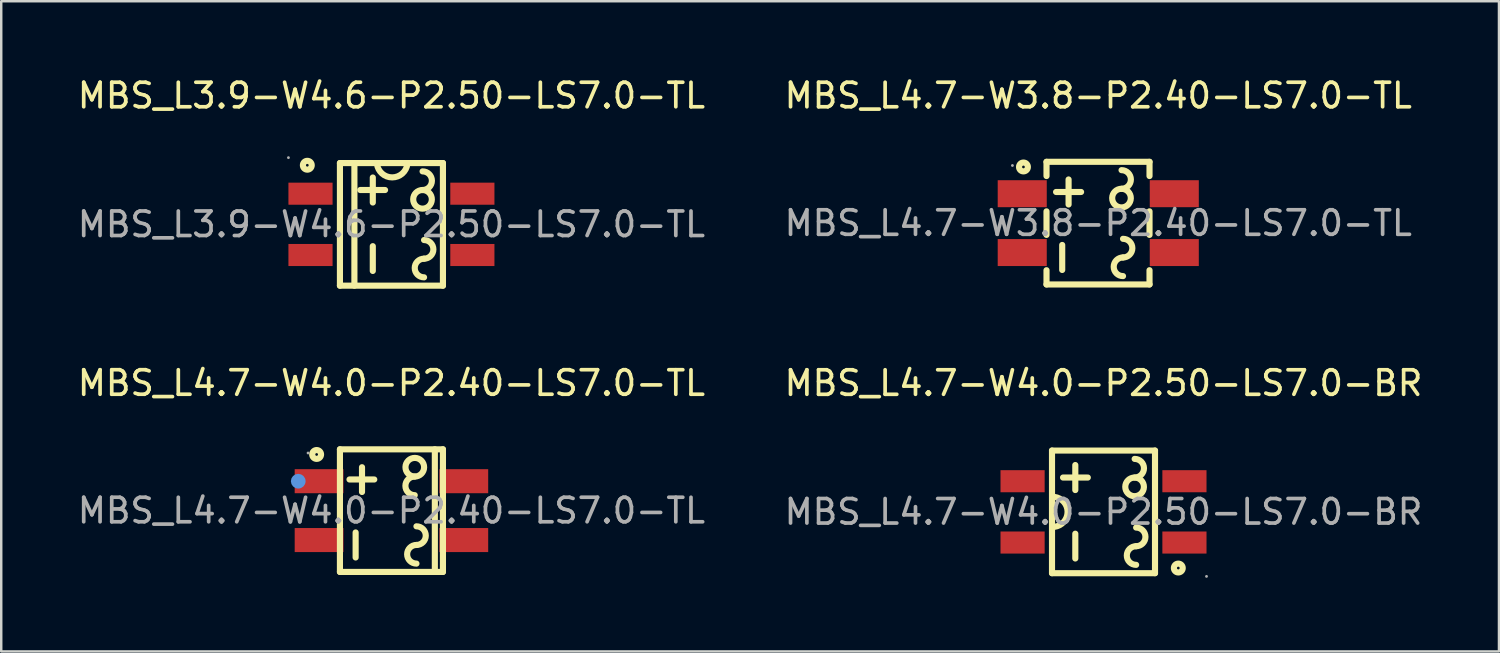
<source format=kicad_pcb>
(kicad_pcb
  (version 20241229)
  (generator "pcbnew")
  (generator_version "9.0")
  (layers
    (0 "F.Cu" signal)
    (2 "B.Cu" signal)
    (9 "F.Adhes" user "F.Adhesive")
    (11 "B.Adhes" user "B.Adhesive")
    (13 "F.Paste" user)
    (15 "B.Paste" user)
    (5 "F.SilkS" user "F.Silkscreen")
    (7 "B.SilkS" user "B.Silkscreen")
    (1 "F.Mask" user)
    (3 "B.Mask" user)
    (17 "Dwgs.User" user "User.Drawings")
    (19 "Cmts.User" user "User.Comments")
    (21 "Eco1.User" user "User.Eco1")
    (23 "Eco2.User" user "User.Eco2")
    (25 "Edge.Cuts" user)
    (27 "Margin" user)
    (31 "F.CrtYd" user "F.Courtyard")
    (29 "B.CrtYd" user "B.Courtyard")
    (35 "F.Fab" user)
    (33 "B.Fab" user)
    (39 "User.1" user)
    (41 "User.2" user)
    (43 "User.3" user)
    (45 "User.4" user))
  (footprint "MBS_L4.7-W4.0-P2.50-LS7.0-BR"
    (layer "F.Cu")
    (at 41.946 17.822)
    (property "Reference" "MBS_L4.7-W4.0-P2.50-LS7.0-BR" (at 0 -5.25 0) (layer "F.SilkS") (effects (font (size 1 1) (thickness 0.15))))
    (attr through_hole)
    (fp_line (start -2.1 -2.5) (end 2.1 -2.5) (stroke (width 0.25) (type solid)) (layer "F.SilkS"))
    (fp_line (start -2.1 2.5) (end -2.1 -2.5) (stroke (width 0.25) (type solid)) (layer "F.SilkS"))
    (fp_line (start -2.1 2.5) (end 2.1 2.5) (stroke (width 0.25) (type solid)) (layer "F.SilkS"))
    (fp_line (start -1.65 -1.4) (end -0.64 -1.4) (stroke (width 0.25) (type solid)) (layer "F.SilkS"))
    (fp_line (start -1.15 -0.89) (end -1.15 -1.91) (stroke (width 0.25) (type solid)) (layer "F.SilkS"))
    (fp_line (start -1.15 1.9) (end -1.15 0.89) (stroke (width 0.25) (type solid)) (layer "F.SilkS"))
    (fp_line (start 2.1 -2.5) (end 2.1 2.5) (stroke (width 0.25) (type solid)) (layer "F.SilkS"))
    (fp_arc (start -2.004081 -0.610521) (mid -1.46478 -0.002057) (end -2 0.61) (stroke (width 0.25) (type solid)) (layer "F.SilkS"))
    (fp_arc (start 1.27 -2.16) (mid 1.65 -1.78) (end 1.27 -1.4) (stroke (width 0.25) (type solid)) (layer "F.SilkS"))
    (fp_arc (start 1.276632 -1.399942) (mid 1.266684 -0.640015) (end 1.27 -1.4) (stroke (width 0.25) (type solid)) (layer "F.SilkS"))
    (fp_arc (start 1.33 0.64) (mid 1.71 1.02) (end 1.33 1.4) (stroke (width 0.25) (type solid)) (layer "F.SilkS"))
    (fp_arc (start 1.33 2.16) (mid 0.95 1.78) (end 1.33 1.4) (stroke (width 0.25) (type solid)) (layer "F.SilkS"))
    (fp_circle (center 3.05 2.29) (end 3.23 2.29) (stroke (width 0.25) (type solid)) (fill no) (layer "F.SilkS"))
    (fp_circle (center 4.2 2.63) (end 4.23 2.63) (stroke (width 0.06) (type solid)) (fill no) (layer "F.Fab"))
    (fp_text user "${REFERENCE}" (at 0 0 0) (layer "F.Fab") (effects (font (size 1 1) (thickness 0.15))))
    (pad "1" smd rect (at 3.3 1.25 90) (size 0.9 1.8) (layers "F.Cu" "F.Mask" "F.Paste"))
    (pad "2" smd rect (at 3.3 -1.25 90) (size 0.9 1.8) (layers "F.Cu" "F.Mask" "F.Paste"))
    (pad "3" smd rect (at -3.3 -1.25 90) (size 0.9 1.8) (layers "F.Cu" "F.Mask" "F.Paste"))
    (pad "4" smd rect (at -3.3 1.25 90) (size 0.9 1.8) (layers "F.Cu" "F.Mask" "F.Paste")))
  (footprint "MBS_L4.7-W4.0-P2.40-LS7.0-TL"
    (layer "F.Cu")
    (at 12.911 17.771)
    (property "Reference" "MBS_L4.7-W4.0-P2.40-LS7.0-TL" (at 0 -5.2 0) (layer "F.SilkS") (effects (font (size 1 1) (thickness 0.15))))
    (attr through_hole)
    (fp_line (start -2.1 2.5) (end -2.1 -2.5) (stroke (width 0.25) (type solid)) (layer "F.SilkS"))
    (fp_line (start -1.71 -1.27) (end -0.7 -1.27) (stroke (width 0.25) (type solid)) (layer "F.SilkS"))
    (fp_line (start -1.46 1.91) (end -1.46 0.89) (stroke (width 0.25) (type solid)) (layer "F.SilkS"))
    (fp_line (start -1.2 -0.76) (end -1.2 -1.77) (stroke (width 0.25) (type solid)) (layer "F.SilkS"))
    (fp_line (start 1.77 -2.5) (end 1.77 2.5) (stroke (width 0.25) (type solid)) (layer "F.SilkS"))
    (fp_line (start 2.1 -2.5) (end -2.1 -2.5) (stroke (width 0.25) (type solid)) (layer "F.SilkS"))
    (fp_line (start 2.1 -2.5) (end 2.1 2.5) (stroke (width 0.25) (type solid)) (layer "F.SilkS"))
    (fp_line (start 2.1 2.5) (end -2.1 2.5) (stroke (width 0.25) (type solid)) (layer "F.SilkS"))
    (fp_arc (start 0.943368 -1.390058) (mid 0.953316 -2.149985) (end 0.95 -1.39) (stroke (width 0.25) (type solid)) (layer "F.SilkS"))
    (fp_arc (start 0.95 -0.63) (mid 0.57 -1.01) (end 0.95 -1.39) (stroke (width 0.25) (type solid)) (layer "F.SilkS"))
    (fp_arc (start 1.02 0.64) (mid 1.4 1.02) (end 1.02 1.4) (stroke (width 0.25) (type solid)) (layer "F.SilkS"))
    (fp_arc (start 1.02 2.16) (mid 0.64 1.78) (end 1.02 1.4) (stroke (width 0.25) (type solid)) (layer "F.SilkS"))
    (fp_circle (center -3.05 -2.29) (end -2.87 -2.29) (stroke (width 0.25) (type solid)) (fill no) (layer "F.SilkS"))
    (fp_circle (center -3.8 -1.2) (end -3.65 -1.2) (stroke (width 0.3) (type solid)) (fill no) (layer "Cmts.User"))
    (fp_circle (center -3.4 -2.35) (end -3.37 -2.35) (stroke (width 0.06) (type solid)) (fill no) (layer "F.Fab"))
    (fp_text user "${REFERENCE}" (at 0 0 0) (layer "F.Fab") (effects (font (size 1 1) (thickness 0.15))))
    (pad "1" smd rect (at -2.95 -1.2 270) (size 0.98 1.99) (layers "F.Cu" "F.Mask" "F.Paste"))
    (pad "2" smd rect (at -2.95 1.2 270) (size 0.98 1.99) (layers "F.Cu" "F.Mask" "F.Paste"))
    (pad "3" smd rect (at 2.95 1.2 270) (size 0.98 1.99) (layers "F.Cu" "F.Mask" "F.Paste"))
    (pad "4" smd rect (at 2.95 -1.2 270) (size 0.98 1.99) (layers "F.Cu" "F.Mask" "F.Paste")))
  (footprint "MBS_L3.9-W4.6-P2.50-LS7.0-TL"
    (layer "F.Cu")
    (at 12.911 6.098)
    (property "Reference" "MBS_L3.9-W4.6-P2.50-LS7.0-TL" (at 0 -5.25 0) (layer "F.SilkS") (effects (font (size 1 1) (thickness 0.15))))
    (attr through_hole)
    (fp_line (start -2.1 -2.5) (end 2.1 -2.5) (stroke (width 0.25) (type solid)) (layer "F.SilkS"))
    (fp_line (start -2.1 2.5) (end -2.1 -2.5) (stroke (width 0.25) (type solid)) (layer "F.SilkS"))
    (fp_line (start -2.1 2.5) (end 2.1 2.5) (stroke (width 0.25) (type solid)) (layer "F.SilkS"))
    (fp_line (start -1.51 -2.5) (end -1.51 2.5) (stroke (width 0.25) (type solid)) (layer "F.SilkS"))
    (fp_line (start -1.27 -1.4) (end -0.26 -1.4) (stroke (width 0.25) (type solid)) (layer "F.SilkS"))
    (fp_line (start -0.76 -0.89) (end -0.76 -1.91) (stroke (width 0.25) (type solid)) (layer "F.SilkS"))
    (fp_line (start -0.76 1.9) (end -0.76 0.89) (stroke (width 0.25) (type solid)) (layer "F.SilkS"))
    (fp_line (start 2.1 -2.5) (end 2.1 2.5) (stroke (width 0.25) (type solid)) (layer "F.SilkS"))
    (fp_arc (start 0.6502 -2.461567) (mid 0.03079 -1.914861) (end -0.59 -2.46) (stroke (width 0.25) (type solid)) (layer "F.SilkS"))
    (fp_arc (start 1.27 -2.16) (mid 1.65 -1.78) (end 1.27 -1.4) (stroke (width 0.25) (type solid)) (layer "F.SilkS"))
    (fp_arc (start 1.276632 -1.399942) (mid 1.266684 -0.640015) (end 1.27 -1.4) (stroke (width 0.25) (type solid)) (layer "F.SilkS"))
    (fp_arc (start 1.33 0.64) (mid 1.71 1.02) (end 1.33 1.4) (stroke (width 0.25) (type solid)) (layer "F.SilkS"))
    (fp_arc (start 1.33 2.16) (mid 0.95 1.78) (end 1.33 1.4) (stroke (width 0.25) (type solid)) (layer "F.SilkS"))
    (fp_circle (center -3.43 -2.41) (end -3.25 -2.41) (stroke (width 0.25) (type solid)) (fill no) (layer "F.SilkS"))
    (fp_circle (center -4.2 -2.72) (end -4.17 -2.72) (stroke (width 0.06) (type solid)) (fill no) (layer "F.Fab"))
    (fp_text user "${REFERENCE}" (at 0 0 0) (layer "F.Fab") (effects (font (size 1 1) (thickness 0.15))))
    (pad "1" smd rect (at -3.3 -1.25 270) (size 0.9 1.8) (layers "F.Cu" "F.Mask" "F.Paste"))
    (pad "2" smd rect (at -3.3 1.25 270) (size 0.9 1.8) (layers "F.Cu" "F.Mask" "F.Paste"))
    (pad "3" smd rect (at 3.3 1.25 270) (size 0.9 1.8) (layers "F.Cu" "F.Mask" "F.Paste"))
    (pad "4" smd rect (at 3.3 -1.25 270) (size 0.9 1.8) (layers "F.Cu" "F.Mask" "F.Paste")))
  (footprint "MBS_L4.7-W3.8-P2.40-LS7.0-TL"
    (layer "F.Cu")
    (at 41.732 6.048)
    (property "Reference" "MBS_L4.7-W3.8-P2.40-LS7.0-TL" (at 0 -5.2 0) (layer "F.SilkS") (effects (font (size 1 1) (thickness 0.15))))
    (attr through_hole)
    (fp_line (start -2.11 -2.5) (end -2.11 -1.92) (stroke (width 0.25) (type solid)) (layer "F.SilkS"))
    (fp_line (start -2.11 -0.48) (end -2.11 0.48) (stroke (width 0.25) (type solid)) (layer "F.SilkS"))
    (fp_line (start -2.11 1.92) (end -2.11 2.5) (stroke (width 0.25) (type solid)) (layer "F.SilkS"))
    (fp_line (start -1.72 -1.27) (end -0.7 -1.27) (stroke (width 0.25) (type solid)) (layer "F.SilkS"))
    (fp_line (start -1.47 1.91) (end -1.47 0.89) (stroke (width 0.25) (type solid)) (layer "F.SilkS"))
    (fp_line (start -1.21 -0.76) (end -1.21 -1.78) (stroke (width 0.25) (type solid)) (layer "F.SilkS"))
    (fp_line (start 2.09 -2.5) (end -2.11 -2.5) (stroke (width 0.25) (type solid)) (layer "F.SilkS"))
    (fp_line (start 2.09 -2.5) (end 2.09 -1.92) (stroke (width 0.25) (type solid)) (layer "F.SilkS"))
    (fp_line (start 2.09 -0.48) (end 2.09 0.48) (stroke (width 0.25) (type solid)) (layer "F.SilkS"))
    (fp_line (start 2.09 1.92) (end 2.09 2.5) (stroke (width 0.25) (type solid)) (layer "F.SilkS"))
    (fp_line (start 2.09 2.5) (end -2.11 2.5) (stroke (width 0.25) (type solid)) (layer "F.SilkS"))
    (fp_arc (start 0.95 -2.16) (mid 1.33 -1.78) (end 0.95 -1.4) (stroke (width 0.25) (type solid)) (layer "F.SilkS"))
    (fp_arc (start 0.956632 -1.399942) (mid 0.946684 -0.640015) (end 0.95 -1.4) (stroke (width 0.25) (type solid)) (layer "F.SilkS"))
    (fp_arc (start 1.01 0.64) (mid 1.39 1.02) (end 1.01 1.4) (stroke (width 0.25) (type solid)) (layer "F.SilkS"))
    (fp_arc (start 1.01 2.16) (mid 0.63 1.78) (end 1.01 1.4) (stroke (width 0.25) (type solid)) (layer "F.SilkS"))
    (fp_circle (center -3.05 -2.29) (end -2.87 -2.29) (stroke (width 0.25) (type solid)) (fill no) (layer "F.SilkS"))
    (fp_circle (center -3.5 -2.35) (end -3.47 -2.35) (stroke (width 0.06) (type solid)) (fill no) (layer "F.Fab"))
    (fp_text user "${REFERENCE}" (at 0 0 0) (layer "F.Fab") (effects (font (size 1 1) (thickness 0.15))))
    (pad "1" smd rect (at -3.1 -1.2) (size 2 1.1) (layers "F.Cu" "F.Mask" "F.Paste"))
    (pad "2" smd rect (at -3.1 1.2) (size 2 1.1) (layers "F.Cu" "F.Mask" "F.Paste"))
    (pad "3" smd rect (at 3.1 1.2) (size 2 1.1) (layers "F.Cu" "F.Mask" "F.Paste"))
    (pad "4" smd rect (at 3.1 -1.2) (size 2 1.1) (layers "F.Cu" "F.Mask" "F.Paste")))
  (gr_rect
    (start -3 -3)
    (end 58.071 23.512)
    (stroke (width 0.1) (type default))
    (fill no)
    (layer "Edge.Cuts")))
</source>
